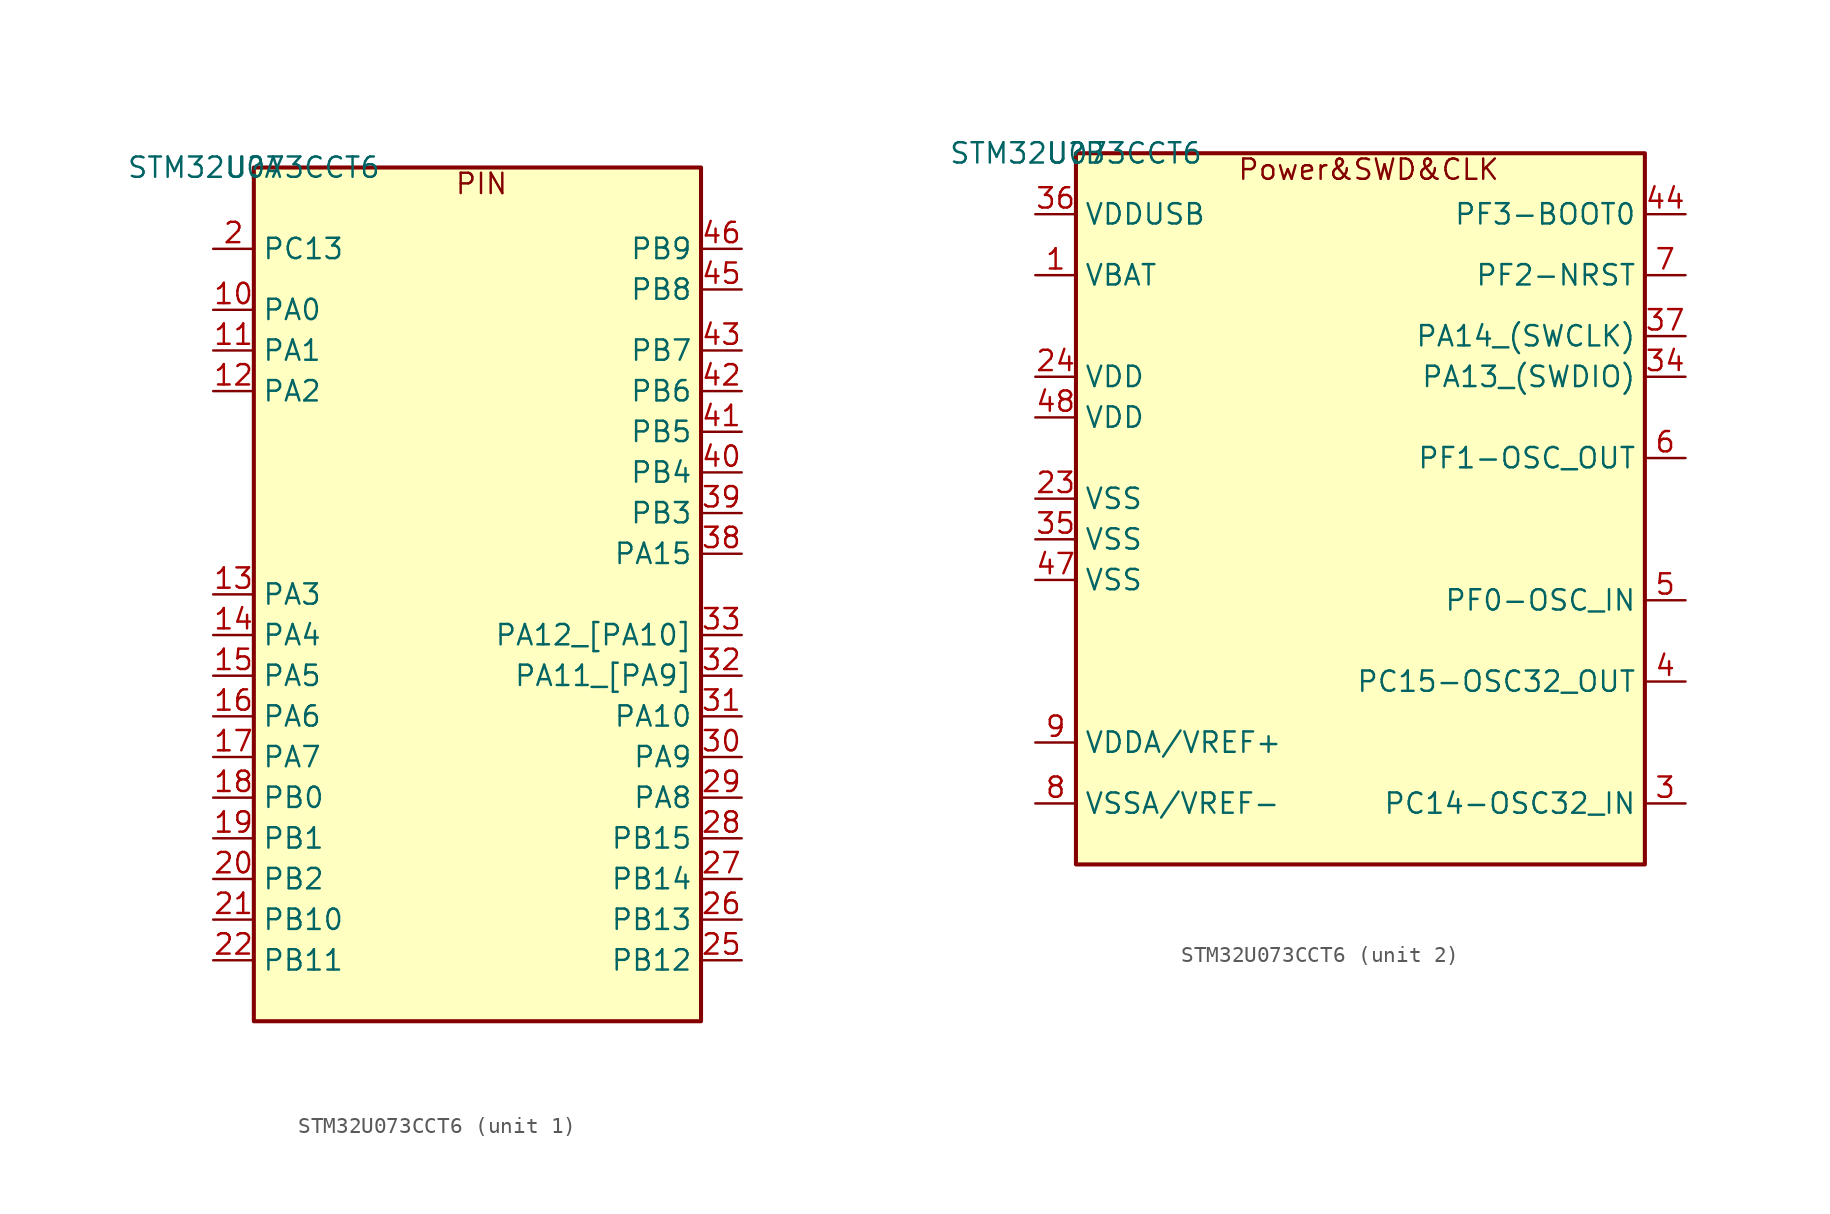
<source format=kicad_sym>
(kicad_symbol_lib
  (version 20231120)
  (generator "kicad_symbol_editor")
  (generator_version "8.0")
  (symbol "STM32U073CCT6"
    (property "Reference" "U"
      (at 0 0 0)
      (effects (font (size 1.27 1.27))))
    (property "Value" "STM32U073CCT6"
      (at 0 0 0)
      (effects (font (size 1.27 1.27))))
    (property "ki_locked" ""
      (at 0 0 0)
      (effects (font (size 1.27 1.27))))
    (symbol "STM32U073CCT6_1_1"
      (rectangle (start 0 0) (end 27.94 -53.34) (stroke (width 0.254) (type default)) (fill (type background)))
      (text "PIN" (at 14.224 -1.016 0) (effects (font (size 1.27 1.27))))
      (pin passive line (at -2.54 -8.89 0) (length 2.54) (name "PA0" (effects (font (size 1.27 1.27)))) (number "10" (effects (font (size 1.27 1.27)))) (alternate "COMP1_OUT" passive line) (alternate "EVENTOUT" passive line) (alternate "LCD_SEG42" passive line) (alternate "TIM2_CH1" passive line) (alternate "TIM2_ETR" passive line) (alternate "USART2_CTS" passive line) (alternate "USART4_TX" passive line))
      (pin passive line (at -2.54 -11.43 0) (length 2.54) (name "PA1" (effects (font (size 1.27 1.27)))) (number "11" (effects (font (size 1.27 1.27)))) (alternate "EVENTOUT" passive line) (alternate "LCD_SEG0" passive line) (alternate "LPTIM1_CH2" passive line) (alternate "SPI1_SCK" passive line) (alternate "SPI2_SCK" passive line) (alternate "TIM15_CH1N" passive line) (alternate "TIM2_CH2" passive line) (alternate "USART2_RTS/USART2_DE" passive line) (alternate "USART4_RX" passive line))
      (pin passive line (at -2.54 -13.97 0) (length 2.54) (name "PA2" (effects (font (size 1.27 1.27)))) (number "12" (effects (font (size 1.27 1.27)))))
      (pin passive line (at -2.54 -26.67 0) (length 2.54) (name "PA3" (effects (font (size 1.27 1.27)))) (number "13" (effects (font (size 1.27 1.27)))))
      (pin passive line (at -2.54 -29.21 0) (length 2.54) (name "PA4" (effects (font (size 1.27 1.27)))) (number "14" (effects (font (size 1.27 1.27)))))
      (pin passive line (at -2.54 -31.75 0) (length 2.54) (name "PA5" (effects (font (size 1.27 1.27)))) (number "15" (effects (font (size 1.27 1.27)))))
      (pin passive line (at -2.54 -34.29 0) (length 2.54) (name "PA6" (effects (font (size 1.27 1.27)))) (number "16" (effects (font (size 1.27 1.27)))))
      (pin passive line (at -2.54 -36.83 0) (length 2.54) (name "PA7" (effects (font (size 1.27 1.27)))) (number "17" (effects (font (size 1.27 1.27)))))
      (pin passive line (at -2.54 -39.37 0) (length 2.54) (name "PB0" (effects (font (size 1.27 1.27)))) (number "18" (effects (font (size 1.27 1.27)))))
      (pin passive line (at -2.54 -41.91 0) (length 2.54) (name "PB1" (effects (font (size 1.27 1.27)))) (number "19" (effects (font (size 1.27 1.27)))))
      (pin passive line (at -2.54 -5.08 0) (length 2.54) (name "PC13" (effects (font (size 1.27 1.27)))) (number "2" (effects (font (size 1.27 1.27)))) (alternate "EVENTOUT" passive line) (alternate "LPTIM1_CH3 " passive line) (alternate "LPTIM3_CH3" passive line))
      (pin passive line (at -2.54 -44.45 0) (length 2.54) (name "PB2" (effects (font (size 1.27 1.27)))) (number "20" (effects (font (size 1.27 1.27)))))
      (pin passive line (at -2.54 -46.99 0) (length 2.54) (name "PB10" (effects (font (size 1.27 1.27)))) (number "21" (effects (font (size 1.27 1.27)))))
      (pin passive line (at -2.54 -49.53 0) (length 2.54) (name "PB11" (effects (font (size 1.27 1.27)))) (number "22" (effects (font (size 1.27 1.27)))))
      (pin passive line (at 30.48 -49.53 180) (length 2.54) (name "PB12" (effects (font (size 1.27 1.27)))) (number "25" (effects (font (size 1.27 1.27)))))
      (pin passive line (at 30.48 -46.99 180) (length 2.54) (name "PB13" (effects (font (size 1.27 1.27)))) (number "26" (effects (font (size 1.27 1.27)))))
      (pin passive line (at 30.48 -44.45 180) (length 2.54) (name "PB14" (effects (font (size 1.27 1.27)))) (number "27" (effects (font (size 1.27 1.27)))))
      (pin passive line (at 30.48 -41.91 180) (length 2.54) (name "PB15" (effects (font (size 1.27 1.27)))) (number "28" (effects (font (size 1.27 1.27)))))
      (pin passive line (at 30.48 -39.37 180) (length 2.54) (name "PA8" (effects (font (size 1.27 1.27)))) (number "29" (effects (font (size 1.27 1.27)))))
      (pin passive line (at 30.48 -36.83 180) (length 2.54) (name "PA9" (effects (font (size 1.27 1.27)))) (number "30" (effects (font (size 1.27 1.27)))) (alternate "EVENTOUT" passive line) (alternate "I2C1_SCL" passive line) (alternate "I2C2_SCL" passive line) (alternate "LCD_COM1" passive line) (alternate "MCO" passive line) (alternate "TIM15_BKIN" passive line) (alternate "TIM1_CH2" passive line) (alternate "TSC_G7_IO2" passive line) (alternate "USART1_TX" passive line))
      (pin passive line (at 30.48 -34.29 180) (length 2.54) (name "PA10" (effects (font (size 1.27 1.27)))) (number "31" (effects (font (size 1.27 1.27)))) (alternate "CRS_SYNC" passive line) (alternate "EVENTOUT" passive line) (alternate "I2C1_SDA" passive line) (alternate "I2C2_SDA" passive line) (alternate "LCD_COM2" passive line) (alternate "MCO2" passive line) (alternate "SPI2_NSS" passive line) (alternate "TIM1_CH3" passive line) (alternate "TSC_G7_IO3" passive line) (alternate "USART1_RX" passive line))
      (pin passive line (at 30.48 -31.75 180) (length 2.54) (name "PA11_[PA9]" (effects (font (size 1.27 1.27)))) (number "32" (effects (font (size 1.27 1.27)))))
      (pin passive line (at 30.48 -29.21 180) (length 2.54) (name "PA12_[PA10]" (effects (font (size 1.27 1.27)))) (number "33" (effects (font (size 1.27 1.27)))))
      (pin passive line (at 30.48 -24.13 180) (length 2.54) (name "PA15" (effects (font (size 1.27 1.27)))) (number "38" (effects (font (size 1.27 1.27)))))
      (pin passive line (at 30.48 -21.59 180) (length 2.54) (name "PB3" (effects (font (size 1.27 1.27)))) (number "39" (effects (font (size 1.27 1.27)))))
      (pin passive line (at 30.48 -19.05 180) (length 2.54) (name "PB4" (effects (font (size 1.27 1.27)))) (number "40" (effects (font (size 1.27 1.27)))))
      (pin passive line (at 30.48 -16.51 180) (length 2.54) (name "PB5" (effects (font (size 1.27 1.27)))) (number "41" (effects (font (size 1.27 1.27)))))
      (pin passive line (at 30.48 -13.97 180) (length 2.54) (name "PB6" (effects (font (size 1.27 1.27)))) (number "42" (effects (font (size 1.27 1.27)))))
      (pin passive line (at 30.48 -11.43 180) (length 2.54) (name "PB7" (effects (font (size 1.27 1.27)))) (number "43" (effects (font (size 1.27 1.27)))))
      (pin passive line (at 30.48 -7.62 180) (length 2.54) (name "PB8" (effects (font (size 1.27 1.27)))) (number "45" (effects (font (size 1.27 1.27)))))
      (pin passive line (at 30.48 -5.08 180) (length 2.54) (name "PB9" (effects (font (size 1.27 1.27)))) (number "46" (effects (font (size 1.27 1.27))))))
    (symbol "STM32U073CCT6_2_1"
      (rectangle (start 0 0) (end 35.56 -44.45) (stroke (width 0.254) (type default)) (fill (type background)))
      (text "Power&SWD&CLK" (at 18.288 -1.016 0) (effects (font (size 1.27 1.27))))
      (pin passive line (at -2.54 -7.62 0) (length 2.54) (name "VBAT" (effects (font (size 1.27 1.27)))) (number "1" (effects (font (size 1.27 1.27)))))
      (pin passive line (at -2.54 -21.59 0) (length 2.54) (name "VSS" (effects (font (size 1.27 1.27)))) (number "23" (effects (font (size 1.27 1.27)))))
      (pin passive line (at -2.54 -13.97 0) (length 2.54) (name "VDD" (effects (font (size 1.27 1.27)))) (number "24" (effects (font (size 1.27 1.27)))))
      (pin passive line (at 38.1 -40.64 180) (length 2.54) (name "PC14-OSC32_IN" (effects (font (size 1.27 1.27)))) (number "3" (effects (font (size 1.27 1.27)))) (alternate "EVENTOUT" passive line))
      (pin passive line (at 38.1 -13.97 180) (length 2.54) (name "PA13_(SWDIO)" (effects (font (size 1.27 1.27)))) (number "34" (effects (font (size 1.27 1.27)))) (alternate "EVENTOUT" passive line) (alternate "IR_OUT" passive line) (alternate "LCD_SEG40" passive line) (alternate "SWDIO" passive line) (alternate "TSC_G7_IO4" passive line) (alternate "USB_NOE" passive line))
      (pin passive line (at -2.54 -24.13 0) (length 2.54) (name "VSS" (effects (font (size 1.27 1.27)))) (number "35" (effects (font (size 1.27 1.27)))))
      (pin passive line (at -2.54 -3.81 0) (length 2.54) (name "VDDUSB" (effects (font (size 1.27 1.27)))) (number "36" (effects (font (size 1.27 1.27)))))
      (pin passive line (at 38.1 -11.43 180) (length 2.54) (name "PA14_(SWCLK)" (effects (font (size 1.27 1.27)))) (number "37" (effects (font (size 1.27 1.27)))) (alternate "EVENTOUT" passive line) (alternate "LCD_SEG41" passive line) (alternate "LPTIM1_CH1" passive line) (alternate "SWCLK" passive line) (alternate "TSC_G3_IO4" passive line))
      (pin passive line (at 38.1 -33.02 180) (length 2.54) (name "PC15-OSC32_OUT" (effects (font (size 1.27 1.27)))) (number "4" (effects (font (size 1.27 1.27)))) (alternate "EVENTOUT" passive line) (alternate "OSC32_EN" passive line) (alternate "OSC_EN" passive line))
      (pin passive line (at 38.1 -3.81 180) (length 2.54) (name "PF3-BOOT0" (effects (font (size 1.27 1.27)))) (number "44" (effects (font (size 1.27 1.27)))))
      (pin passive line (at -2.54 -26.67 0) (length 2.54) (name "VSS" (effects (font (size 1.27 1.27)))) (number "47" (effects (font (size 1.27 1.27)))))
      (pin passive line (at -2.54 -16.51 0) (length 2.54) (name "VDD" (effects (font (size 1.27 1.27)))) (number "48" (effects (font (size 1.27 1.27)))))
      (pin passive line (at 38.1 -27.94 180) (length 2.54) (name "PF0-OSC_IN" (effects (font (size 1.27 1.27)))) (number "5" (effects (font (size 1.27 1.27)))) (alternate "EVENTOUT" passive line))
      (pin passive line (at 38.1 -19.05 180) (length 2.54) (name "PF1-OSC_OUT" (effects (font (size 1.27 1.27)))) (number "6" (effects (font (size 1.27 1.27)))) (alternate "EVENTOUT" passive line) (alternate "OSC_EN" passive line))
      (pin passive line (at 38.1 -7.62 180) (length 2.54) (name "PF2-NRST" (effects (font (size 1.27 1.27)))) (number "7" (effects (font (size 1.27 1.27)))) (alternate "MCO" passive line))
      (pin passive line (at -2.54 -40.64 0) (length 2.54) (name "VSSA/VREF-" (effects (font (size 1.27 1.27)))) (number "8" (effects (font (size 1.27 1.27)))))
      (pin passive line (at -2.54 -36.83 0) (length 2.54) (name "VDDA/VREF+" (effects (font (size 1.27 1.27)))) (number "9" (effects (font (size 1.27 1.27))))))))
</source>
